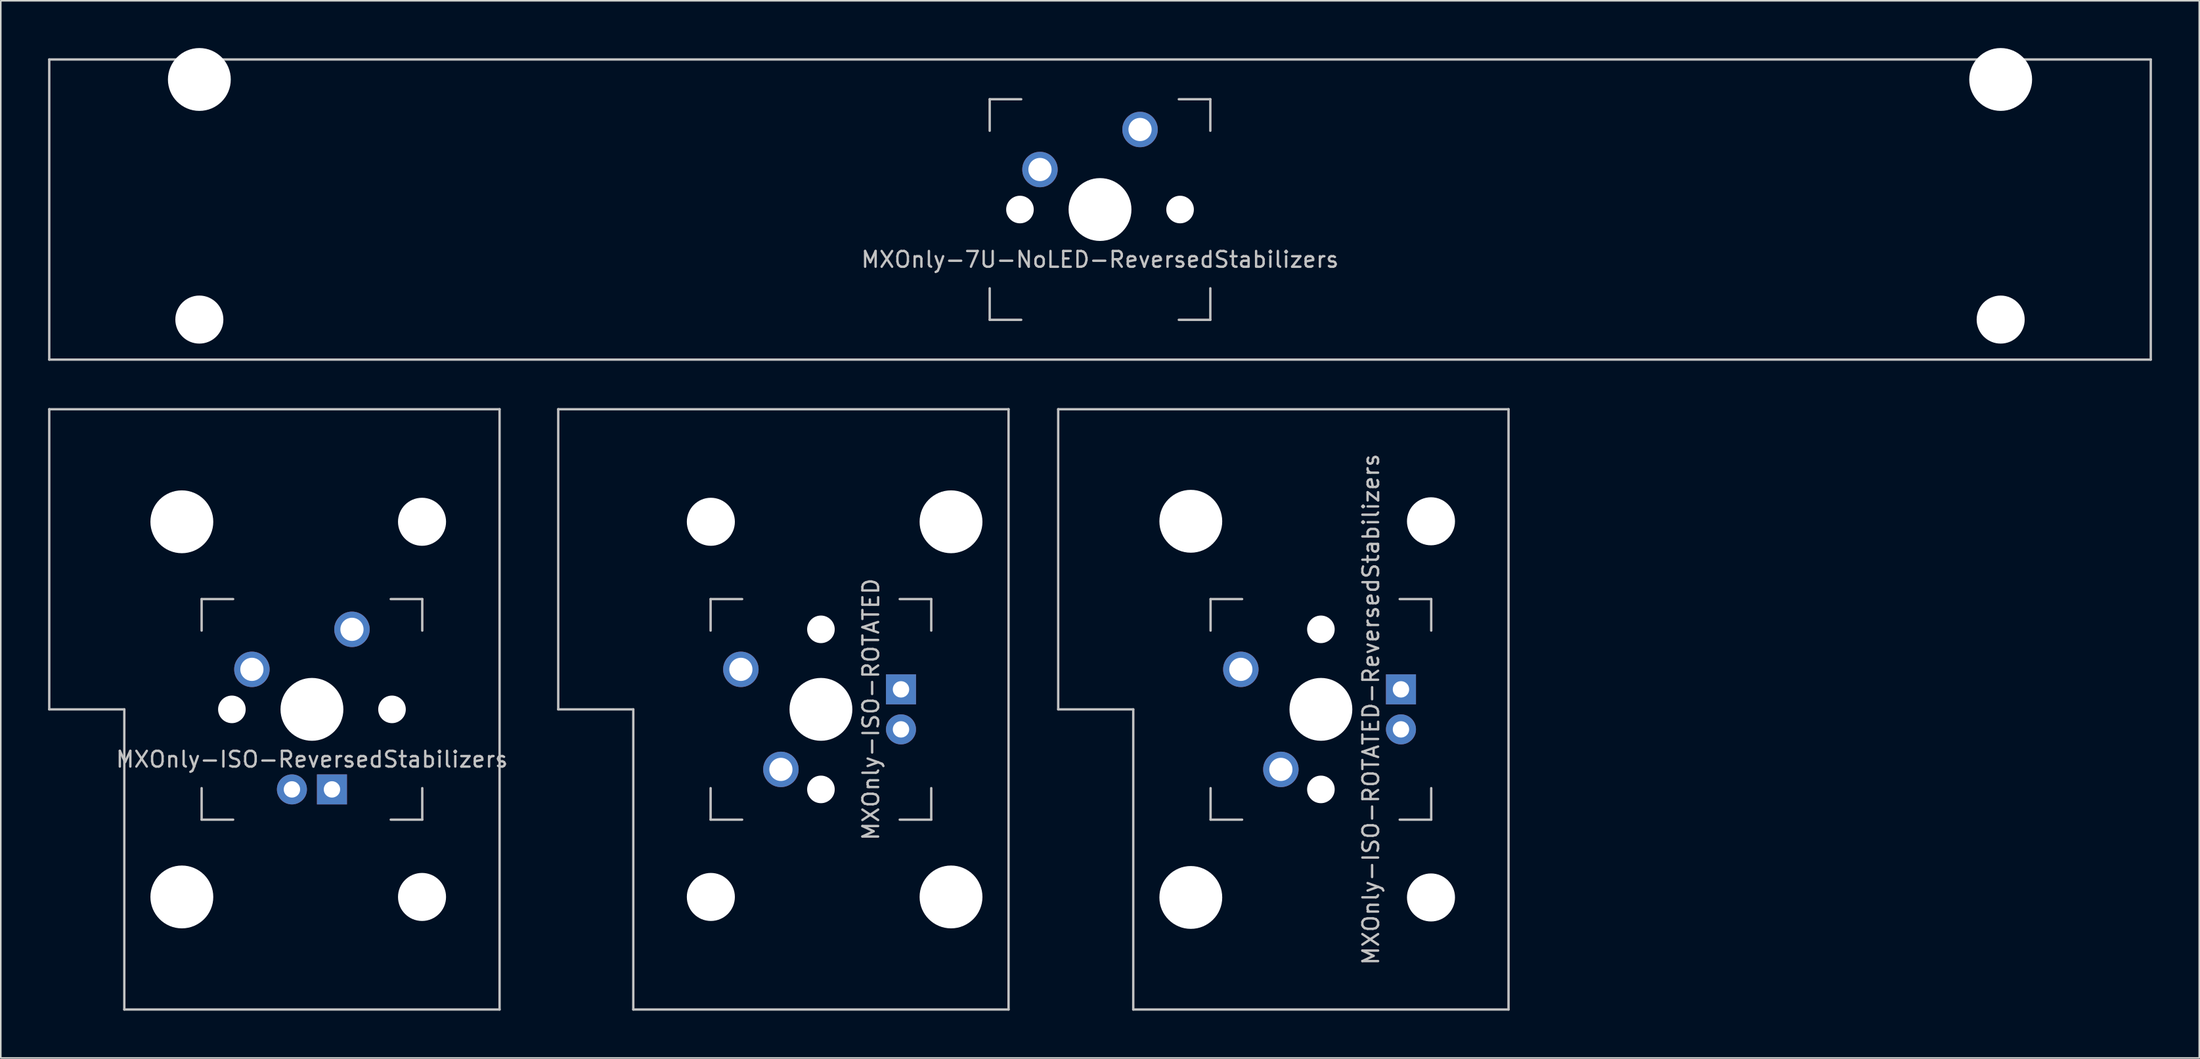
<source format=kicad_pcb>
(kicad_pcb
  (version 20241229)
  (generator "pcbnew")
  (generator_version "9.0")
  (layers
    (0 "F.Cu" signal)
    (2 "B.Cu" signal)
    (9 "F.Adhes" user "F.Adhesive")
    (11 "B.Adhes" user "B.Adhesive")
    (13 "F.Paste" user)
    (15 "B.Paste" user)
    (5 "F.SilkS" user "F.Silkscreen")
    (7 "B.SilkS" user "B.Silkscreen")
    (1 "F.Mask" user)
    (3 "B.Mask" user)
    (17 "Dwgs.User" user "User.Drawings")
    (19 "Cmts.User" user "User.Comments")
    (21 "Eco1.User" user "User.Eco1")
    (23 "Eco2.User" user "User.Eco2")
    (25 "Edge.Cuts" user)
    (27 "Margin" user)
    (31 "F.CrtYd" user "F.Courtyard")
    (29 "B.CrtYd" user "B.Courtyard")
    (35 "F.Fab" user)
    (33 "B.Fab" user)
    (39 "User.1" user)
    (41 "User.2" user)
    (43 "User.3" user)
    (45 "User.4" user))
  (footprint "MXOnly-7U-NoLED-ReversedStabilizers"
    (layer "F.Cu")
    (at 66.75 10.249)
    (property "Reference" "MXOnly-7U-NoLED-ReversedStabilizers" (at 0 3.175 0) (layer "Dwgs.User") (effects (font (size 1 1) (thickness 0.15))))
    (attr through_hole)
    (fp_line (start -66.675 -9.525) (end 66.675 -9.525) (stroke (width 0.15) (type solid)) (layer "Dwgs.User"))
    (fp_line (start -66.675 9.525) (end -66.675 -9.525) (stroke (width 0.15) (type solid)) (layer "Dwgs.User"))
    (fp_line (start -66.675 9.525) (end 66.675 9.525) (stroke (width 0.15) (type solid)) (layer "Dwgs.User"))
    (fp_line (start -7 -7) (end -7 -5) (stroke (width 0.15) (type solid)) (layer "Dwgs.User"))
    (fp_line (start -7 5) (end -7 7) (stroke (width 0.15) (type solid)) (layer "Dwgs.User"))
    (fp_line (start -7 7) (end -5 7) (stroke (width 0.15) (type solid)) (layer "Dwgs.User"))
    (fp_line (start -5 -7) (end -7 -7) (stroke (width 0.15) (type solid)) (layer "Dwgs.User"))
    (fp_line (start 5 -7) (end 7 -7) (stroke (width 0.15) (type solid)) (layer "Dwgs.User"))
    (fp_line (start 5 7) (end 7 7) (stroke (width 0.15) (type solid)) (layer "Dwgs.User"))
    (fp_line (start 7 -7) (end 7 -5) (stroke (width 0.15) (type solid)) (layer "Dwgs.User"))
    (fp_line (start 7 7) (end 7 5) (stroke (width 0.15) (type solid)) (layer "Dwgs.User"))
    (fp_line (start 66.675 -9.525) (end 66.675 9.525) (stroke (width 0.15) (type solid)) (layer "Dwgs.User"))
    (pad "" np_thru_hole circle (at -57.15 -8.255) (size 3.988 3.988) (drill 3.988) (layers "*.Cu" "*.Mask"))
    (pad "" np_thru_hole circle (at -57.15 6.985) (size 3.048 3.048) (drill 3.048) (layers "*.Cu" "*.Mask"))
    (pad "" np_thru_hole circle (at -5.08 0 48.1) (size 1.75 1.75) (drill 1.75) (layers "*.Cu" "*.Mask"))
    (pad "" np_thru_hole circle (at 0 0) (size 3.988 3.988) (drill 3.988) (layers "*.Cu" "*.Mask"))
    (pad "" np_thru_hole circle (at 5.08 0 48.1) (size 1.75 1.75) (drill 1.75) (layers "*.Cu" "*.Mask"))
    (pad "" np_thru_hole circle (at 57.15 -8.255) (size 3.988 3.988) (drill 3.988) (layers "*.Cu" "*.Mask"))
    (pad "" np_thru_hole circle (at 57.15 6.985) (size 3.048 3.048) (drill 3.048) (layers "*.Cu" "*.Mask"))
    (pad "1" thru_hole circle (at -3.81 -2.54) (size 2.25 2.25) (drill 1.47) (layers "*.Cu" "B.Mask"))
    (pad "2" thru_hole circle (at 2.54 -5.08) (size 2.25 2.25) (drill 1.47) (layers "*.Cu" "B.Mask")))
  (footprint "MXOnly-ISO-ReversedStabilizers"
    (layer "F.Cu")
    (at 16.744 41.974)
    (property "Reference" "MXOnly-ISO-ReversedStabilizers" (at 0 3.175 0) (layer "Dwgs.User") (effects (font (size 1 1) (thickness 0.15))))
    (attr through_hole)
    (fp_line (start -16.669 -19.05) (end -16.669 0) (stroke (width 0.15) (type solid)) (layer "Dwgs.User"))
    (fp_line (start -16.669 -19.05) (end 11.906 -19.05) (stroke (width 0.15) (type solid)) (layer "Dwgs.User"))
    (fp_line (start -11.906 0) (end -16.669 0) (stroke (width 0.15) (type solid)) (layer "Dwgs.User"))
    (fp_line (start -11.906 19.05) (end -11.906 0) (stroke (width 0.15) (type solid)) (layer "Dwgs.User"))
    (fp_line (start -11.906 19.05) (end 11.906 19.05) (stroke (width 0.15) (type solid)) (layer "Dwgs.User"))
    (fp_line (start -7 -7) (end -7 -5) (stroke (width 0.15) (type solid)) (layer "Dwgs.User"))
    (fp_line (start -7 5) (end -7 7) (stroke (width 0.15) (type solid)) (layer "Dwgs.User"))
    (fp_line (start -7 7) (end -5 7) (stroke (width 0.15) (type solid)) (layer "Dwgs.User"))
    (fp_line (start -5 -7) (end -7 -7) (stroke (width 0.15) (type solid)) (layer "Dwgs.User"))
    (fp_line (start 5 -7) (end 7 -7) (stroke (width 0.15) (type solid)) (layer "Dwgs.User"))
    (fp_line (start 5 7) (end 7 7) (stroke (width 0.15) (type solid)) (layer "Dwgs.User"))
    (fp_line (start 7 -7) (end 7 -5) (stroke (width 0.15) (type solid)) (layer "Dwgs.User"))
    (fp_line (start 7 7) (end 7 5) (stroke (width 0.15) (type solid)) (layer "Dwgs.User"))
    (fp_line (start 11.906 -19.05) (end 11.906 19.05) (stroke (width 0.15) (type solid)) (layer "Dwgs.User"))
    (pad "" np_thru_hole circle (at -8.255 -11.906) (size 3.988 3.988) (drill 3.988) (layers "*.Cu" "*.Mask"))
    (pad "" np_thru_hole circle (at -8.255 11.906) (size 3.988 3.988) (drill 3.988) (layers "*.Cu" "*.Mask"))
    (pad "" np_thru_hole circle (at -5.08 0 48.1) (size 1.75 1.75) (drill 1.75) (layers "*.Cu" "*.Mask"))
    (pad "" np_thru_hole circle (at 0 0) (size 3.988 3.988) (drill 3.988) (layers "*.Cu" "*.Mask"))
    (pad "" np_thru_hole circle (at 5.08 0 48.1) (size 1.75 1.75) (drill 1.75) (layers "*.Cu" "*.Mask"))
    (pad "" np_thru_hole circle (at 6.985 -11.906) (size 3.048 3.048) (drill 3.048) (layers "*.Cu" "*.Mask"))
    (pad "" np_thru_hole circle (at 6.985 11.906) (size 3.048 3.048) (drill 3.048) (layers "*.Cu" "*.Mask"))
    (pad "1" thru_hole circle (at -3.81 -2.54) (size 2.25 2.25) (drill 1.47) (layers "*.Cu" "B.Mask"))
    (pad "2" thru_hole circle (at 2.54 -5.08) (size 2.25 2.25) (drill 1.47) (layers "*.Cu" "B.Mask"))
    (pad "3" thru_hole circle (at -1.27 5.08) (size 1.905 1.905) (drill 1.04) (layers "*.Cu" "B.Mask"))
    (pad "4" thru_hole rect (at 1.27 5.08) (size 1.905 1.905) (drill 1.04) (layers "*.Cu" "B.Mask")))
  (footprint "MXOnly-ISO-ROTATED"
    (layer "F.Cu")
    (at 49.041 41.974)
    (property "Reference" "MXOnly-ISO-ROTATED" (at 3.175 0 90) (layer "Dwgs.User") (effects (font (size 1 1) (thickness 0.15))))
    (attr through_hole)
    (fp_line (start -16.669 -19.05) (end -16.669 0) (stroke (width 0.15) (type solid)) (layer "Dwgs.User"))
    (fp_line (start -16.669 -19.05) (end 11.906 -19.05) (stroke (width 0.15) (type solid)) (layer "Dwgs.User"))
    (fp_line (start -11.906 0) (end -16.669 0) (stroke (width 0.15) (type solid)) (layer "Dwgs.User"))
    (fp_line (start -11.906 19.05) (end -11.906 0) (stroke (width 0.15) (type solid)) (layer "Dwgs.User"))
    (fp_line (start -11.906 19.05) (end 11.906 19.05) (stroke (width 0.15) (type solid)) (layer "Dwgs.User"))
    (fp_line (start -7 -7) (end -7 -5) (stroke (width 0.15) (type solid)) (layer "Dwgs.User"))
    (fp_line (start -7 5) (end -7 7) (stroke (width 0.15) (type solid)) (layer "Dwgs.User"))
    (fp_line (start -7 7) (end -5 7) (stroke (width 0.15) (type solid)) (layer "Dwgs.User"))
    (fp_line (start -5 -7) (end -7 -7) (stroke (width 0.15) (type solid)) (layer "Dwgs.User"))
    (fp_line (start 5 -7) (end 7 -7) (stroke (width 0.15) (type solid)) (layer "Dwgs.User"))
    (fp_line (start 5 7) (end 7 7) (stroke (width 0.15) (type solid)) (layer "Dwgs.User"))
    (fp_line (start 7 -7) (end 7 -5) (stroke (width 0.15) (type solid)) (layer "Dwgs.User"))
    (fp_line (start 7 7) (end 7 5) (stroke (width 0.15) (type solid)) (layer "Dwgs.User"))
    (fp_line (start 11.906 -19.05) (end 11.906 19.05) (stroke (width 0.15) (type solid)) (layer "Dwgs.User"))
    (pad "" np_thru_hole circle (at -6.985 -11.906) (size 3.048 3.048) (drill 3.048) (layers "*.Cu" "*.Mask"))
    (pad "" np_thru_hole circle (at -6.985 11.906) (size 3.048 3.048) (drill 3.048) (layers "*.Cu" "*.Mask"))
    (pad "" np_thru_hole circle (at 0 -5.08 48.1) (size 1.75 1.75) (drill 1.75) (layers "*.Cu" "*.Mask"))
    (pad "" np_thru_hole circle (at 0 0) (size 3.988 3.988) (drill 3.988) (layers "*.Cu" "*.Mask"))
    (pad "" np_thru_hole circle (at 0 5.08 48.1) (size 1.75 1.75) (drill 1.75) (layers "*.Cu" "*.Mask"))
    (pad "" np_thru_hole circle (at 8.255 -11.906) (size 3.988 3.988) (drill 3.988) (layers "*.Cu" "*.Mask"))
    (pad "" np_thru_hole circle (at 8.255 11.906) (size 3.988 3.988) (drill 3.988) (layers "*.Cu" "*.Mask"))
    (pad "1" thru_hole circle (at -2.54 3.81) (size 2.25 2.25) (drill 1.47) (layers "*.Cu" "B.Mask"))
    (pad "2" thru_hole circle (at -5.08 -2.54) (size 2.25 2.25) (drill 1.47) (layers "*.Cu" "B.Mask"))
    (pad "3" thru_hole circle (at 5.08 1.27) (size 1.905 1.905) (drill 1.04) (layers "*.Cu" "B.Mask"))
    (pad "4" thru_hole rect (at 5.08 -1.27) (size 1.905 1.905) (drill 1.04) (layers "*.Cu" "B.Mask")))
  (footprint "MXOnly-ISO-ROTATED-ReversedStabilizers"
    (layer "F.Cu")
    (at 80.766 41.974)
    (property "Reference" "MXOnly-ISO-ROTATED-ReversedStabilizers" (at 3.175 0 90) (layer "Dwgs.User") (effects (font (size 1 1) (thickness 0.15))))
    (attr through_hole)
    (fp_line (start -16.669 -19.05) (end -16.669 0) (stroke (width 0.15) (type solid)) (layer "Dwgs.User"))
    (fp_line (start -16.669 -19.05) (end 11.906 -19.05) (stroke (width 0.15) (type solid)) (layer "Dwgs.User"))
    (fp_line (start -11.906 0) (end -16.669 0) (stroke (width 0.15) (type solid)) (layer "Dwgs.User"))
    (fp_line (start -11.906 19.05) (end -11.906 0) (stroke (width 0.15) (type solid)) (layer "Dwgs.User"))
    (fp_line (start -11.906 19.05) (end 11.906 19.05) (stroke (width 0.15) (type solid)) (layer "Dwgs.User"))
    (fp_line (start -7 -7) (end -7 -5) (stroke (width 0.15) (type solid)) (layer "Dwgs.User"))
    (fp_line (start -7 5) (end -7 7) (stroke (width 0.15) (type solid)) (layer "Dwgs.User"))
    (fp_line (start -7 7) (end -5 7) (stroke (width 0.15) (type solid)) (layer "Dwgs.User"))
    (fp_line (start -5 -7) (end -7 -7) (stroke (width 0.15) (type solid)) (layer "Dwgs.User"))
    (fp_line (start 5 -7) (end 7 -7) (stroke (width 0.15) (type solid)) (layer "Dwgs.User"))
    (fp_line (start 5 7) (end 7 7) (stroke (width 0.15) (type solid)) (layer "Dwgs.User"))
    (fp_line (start 7 -7) (end 7 -5) (stroke (width 0.15) (type solid)) (layer "Dwgs.User"))
    (fp_line (start 7 7) (end 7 5) (stroke (width 0.15) (type solid)) (layer "Dwgs.User"))
    (fp_line (start 11.906 -19.05) (end 11.906 19.05) (stroke (width 0.15) (type solid)) (layer "Dwgs.User"))
    (pad "" np_thru_hole circle (at -8.255 -11.938) (size 3.988 3.988) (drill 3.988) (layers "*.Cu" "*.Mask"))
    (pad "" np_thru_hole circle (at -8.255 11.938) (size 3.988 3.988) (drill 3.988) (layers "*.Cu" "*.Mask"))
    (pad "" np_thru_hole circle (at 0 -5.08 48.1) (size 1.75 1.75) (drill 1.75) (layers "*.Cu" "*.Mask"))
    (pad "" np_thru_hole circle (at 0 0) (size 3.988 3.988) (drill 3.988) (layers "*.Cu" "*.Mask"))
    (pad "" np_thru_hole circle (at 0 5.08 48.1) (size 1.75 1.75) (drill 1.75) (layers "*.Cu" "*.Mask"))
    (pad "" np_thru_hole circle (at 6.985 -11.938) (size 3.048 3.048) (drill 3.048) (layers "*.Cu" "*.Mask"))
    (pad "" np_thru_hole circle (at 6.985 11.938) (size 3.048 3.048) (drill 3.048) (layers "*.Cu" "*.Mask"))
    (pad "1" thru_hole circle (at -2.54 3.81) (size 2.25 2.25) (drill 1.47) (layers "*.Cu" "B.Mask"))
    (pad "2" thru_hole circle (at -5.08 -2.54) (size 2.25 2.25) (drill 1.47) (layers "*.Cu" "B.Mask"))
    (pad "3" thru_hole circle (at 5.08 1.27) (size 1.905 1.905) (drill 1.04) (layers "*.Cu" "B.Mask"))
    (pad "4" thru_hole rect (at 5.08 -1.27) (size 1.905 1.905) (drill 1.04) (layers "*.Cu" "B.Mask")))
  (gr_rect
    (start -3 -3)
    (end 136.5 64.099)
    (stroke (width 0.1) (type default))
    (fill no)
    (layer "Edge.Cuts")))
</source>
